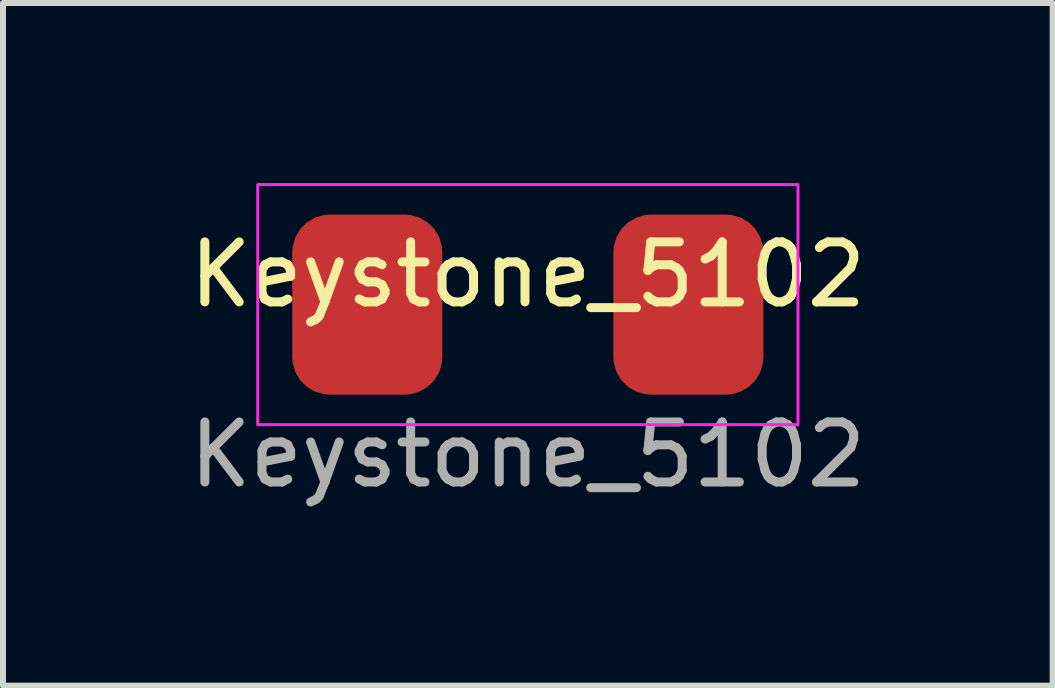
<source format=kicad_pcb>
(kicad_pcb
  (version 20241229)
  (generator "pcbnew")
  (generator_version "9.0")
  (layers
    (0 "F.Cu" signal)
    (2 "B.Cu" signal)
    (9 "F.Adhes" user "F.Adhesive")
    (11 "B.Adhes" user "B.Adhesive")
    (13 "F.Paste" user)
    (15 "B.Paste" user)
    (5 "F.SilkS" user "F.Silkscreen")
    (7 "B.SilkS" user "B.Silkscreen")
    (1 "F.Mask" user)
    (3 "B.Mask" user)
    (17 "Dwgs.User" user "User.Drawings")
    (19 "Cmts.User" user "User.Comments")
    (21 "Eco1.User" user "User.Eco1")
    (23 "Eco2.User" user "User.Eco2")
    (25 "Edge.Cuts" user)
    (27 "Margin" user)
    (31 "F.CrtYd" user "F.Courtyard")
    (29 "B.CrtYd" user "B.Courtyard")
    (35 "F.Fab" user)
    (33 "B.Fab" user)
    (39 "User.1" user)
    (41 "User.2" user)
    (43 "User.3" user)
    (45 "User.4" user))
  (footprint "Keystone_5102"
    (layer "F.Cu")
    (at 5.744 2.025)
    (property "Reference" "Keystone_5102" (at 0 -0.5 0) (unlocked yes) (layer "F.SilkS") (effects (font (size 1 1) (thickness 0.15))))
    (attr smd)
    (fp_rect (start -4.5 -2) (end 4.5 2) (stroke (width 0.05) (type solid)) (fill no) (layer "F.CrtYd"))
    (fp_text user "${REFERENCE}" (at 0 2.5 0) (unlocked yes) (layer "F.Fab") (effects (font (size 1 1) (thickness 0.15))))
    (pad "1" smd roundrect (at 2.675 0) (size 2.5 3) (layers "F.Cu" "F.Mask" "F.Paste") (roundrect_rratio 0.25))
    (pad "2" smd roundrect (at -2.675 0) (size 2.5 3) (layers "F.Cu" "F.Mask" "F.Paste") (roundrect_rratio 0.25)))
  (gr_rect
    (start -3 -3)
    (end 14.488 8.373)
    (stroke (width 0.1) (type default))
    (fill no)
    (layer "Edge.Cuts")))
</source>
